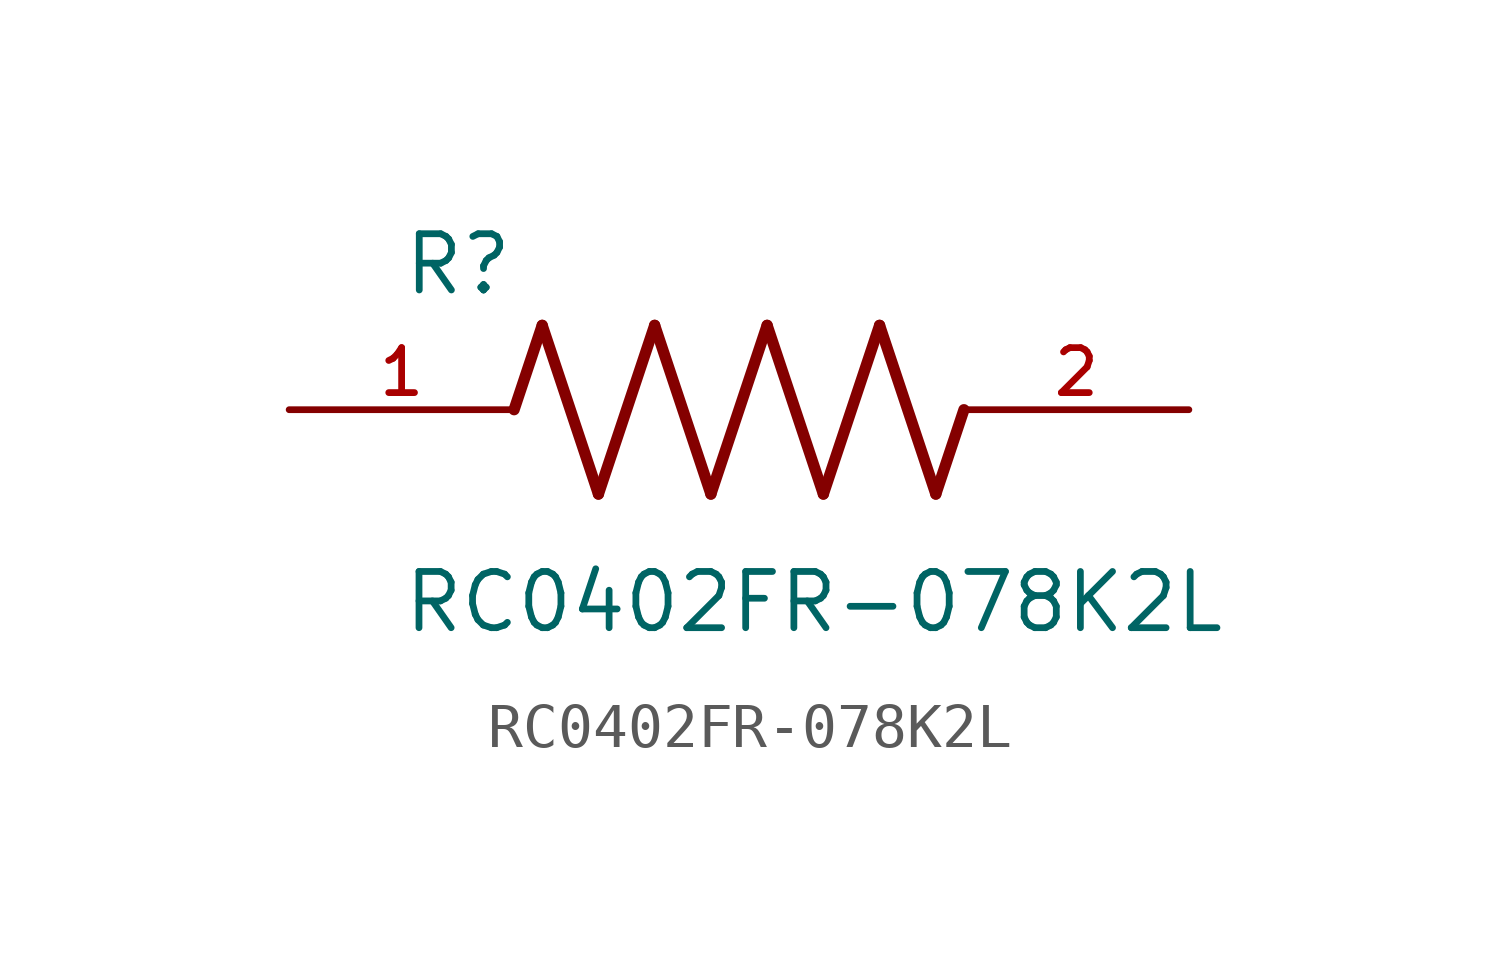
<source format=kicad_sym>
(kicad_symbol_lib
  (version 20211014)
  (generator kicad_symbol_editor)
  (symbol "RC0402FR-078K2L"
    (pin_names
      (offset 1.016))
    (property "Reference" "R"
      (at -7.624 2.541 0)
      (effects (font (size 1.27 1.27)) (justify bottom left)))
    (property "Value" "RC0402FR-078K2L"
      (at -7.63 -5.087 0)
      (effects (font (size 1.27 1.27)) (justify bottom left)))
    (symbol "RC0402FR-078K2L_0_0"
      (polyline (pts (xy -5.08 0.0) (xy -4.445 1.905)) (stroke (width 0.254)))
      (polyline (pts (xy -4.445 1.905) (xy -3.175 -1.905)) (stroke (width 0.254)))
      (polyline (pts (xy -3.175 -1.905) (xy -1.905 1.905)) (stroke (width 0.254)))
      (polyline (pts (xy -1.905 1.905) (xy -0.635 -1.905)) (stroke (width 0.254)))
      (polyline (pts (xy -0.635 -1.905) (xy 0.635 1.905)) (stroke (width 0.254)))
      (polyline (pts (xy 0.635 1.905) (xy 1.905 -1.905)) (stroke (width 0.254)))
      (polyline (pts (xy 1.905 -1.905) (xy 3.175 1.905)) (stroke (width 0.254)))
      (polyline (pts (xy 3.175 1.905) (xy 4.445 -1.905)) (stroke (width 0.254)))
      (polyline (pts (xy 4.445 -1.905) (xy 5.08 0.0)) (stroke (width 0.254)))
      (pin passive line (at -10.16 0.0 0) (length 5.08) (name "~" (effects (font (size 1.016 1.016)))) (number "1" (effects (font (size 1.016 1.016)))))
      (pin passive line (at 10.16 0.0 180.0) (length 5.08) (name "~" (effects (font (size 1.016 1.016)))) (number "2" (effects (font (size 1.016 1.016))))))))
</source>
